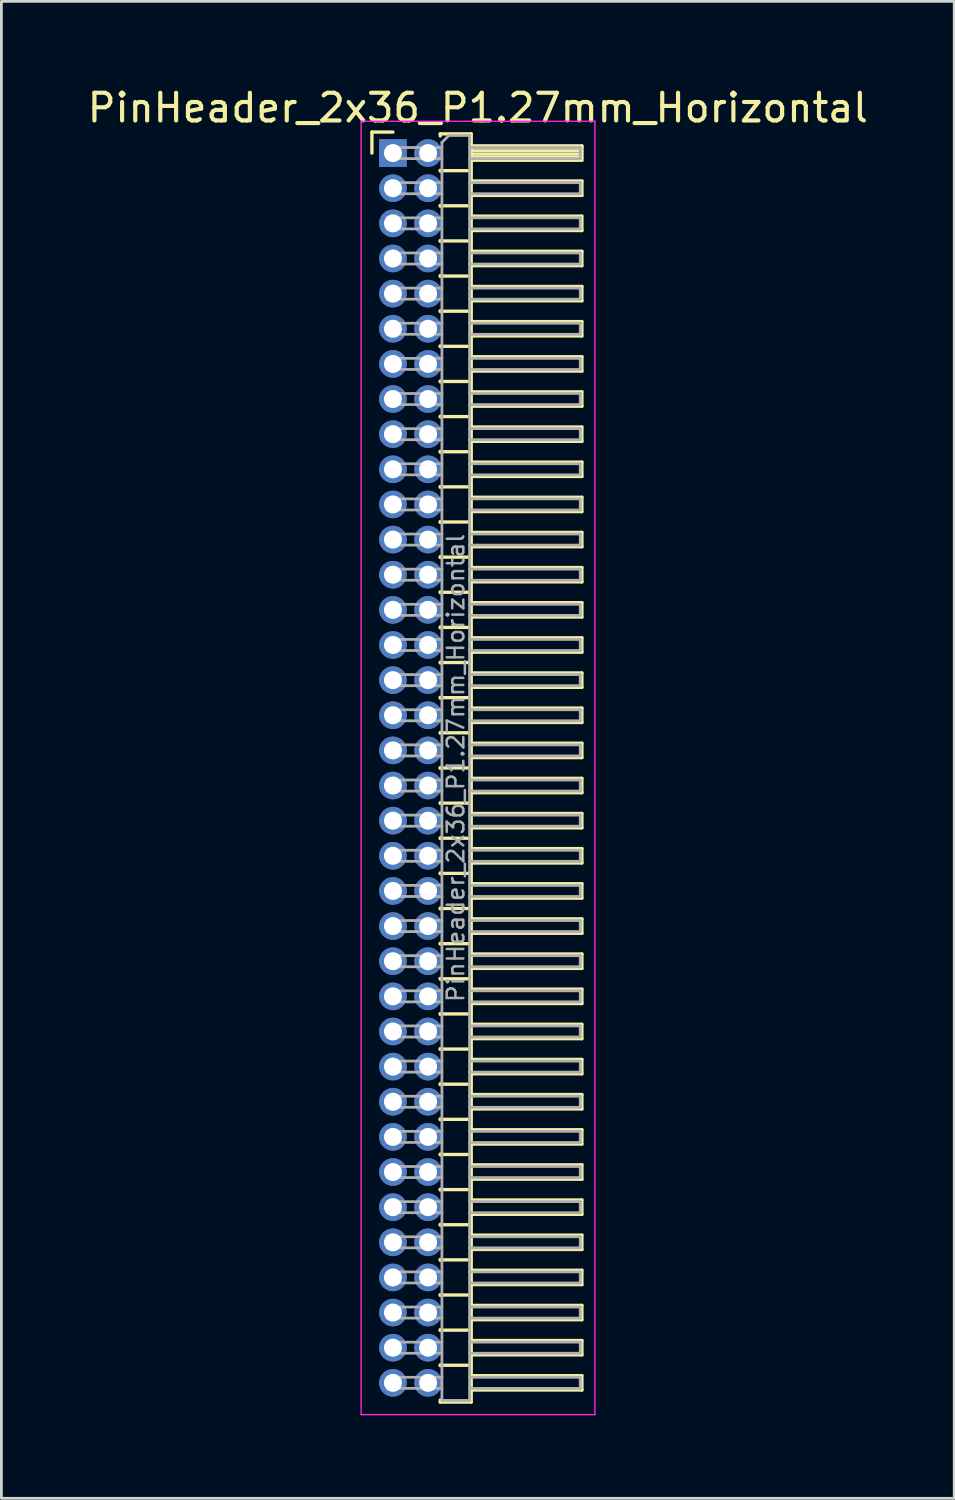
<source format=kicad_pcb>
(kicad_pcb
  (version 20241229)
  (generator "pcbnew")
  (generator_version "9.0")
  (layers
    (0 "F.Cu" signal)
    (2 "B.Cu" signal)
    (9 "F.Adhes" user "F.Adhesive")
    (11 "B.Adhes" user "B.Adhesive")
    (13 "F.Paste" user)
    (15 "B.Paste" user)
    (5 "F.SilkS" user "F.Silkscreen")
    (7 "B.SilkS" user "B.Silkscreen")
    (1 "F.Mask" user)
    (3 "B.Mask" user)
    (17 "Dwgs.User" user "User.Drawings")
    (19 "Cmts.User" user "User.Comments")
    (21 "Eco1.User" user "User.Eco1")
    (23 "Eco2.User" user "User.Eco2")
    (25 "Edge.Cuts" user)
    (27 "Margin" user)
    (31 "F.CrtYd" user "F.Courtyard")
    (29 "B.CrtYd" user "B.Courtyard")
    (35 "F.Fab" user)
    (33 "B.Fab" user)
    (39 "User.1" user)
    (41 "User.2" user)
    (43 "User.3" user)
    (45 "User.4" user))
  (footprint "PinHeader_2x36_P1.27mm_Horizontal"
    (layer "F.Cu")
    (at 11.153 2.483)
    (property "Reference" "PinHeader_2x36_P1.27mm_Horizontal" (at 3.067 -1.635 0) (layer "F.SilkS") (effects (font (size 1 1) (thickness 0.15))))
    (attr through_hole)
    (fp_line (start -0.76 -0.76) (end 0 -0.76) (stroke (width 0.12) (type solid)) (layer "F.SilkS"))
    (fp_line (start -0.76 0) (end -0.76 -0.76) (stroke (width 0.12) (type solid)) (layer "F.SilkS"))
    (fp_line (start 1.71 -0.695) (end 2.83 -0.695) (stroke (width 0.12) (type solid)) (layer "F.SilkS"))
    (fp_line (start 1.71 -0.62) (end 1.71 -0.695) (stroke (width 0.12) (type solid)) (layer "F.SilkS"))
    (fp_line (start 1.71 0.62) (end 1.71 0.65) (stroke (width 0.12) (type solid)) (layer "F.SilkS"))
    (fp_line (start 1.71 0.635) (end 2.83 0.635) (stroke (width 0.12) (type solid)) (layer "F.SilkS"))
    (fp_line (start 1.71 1.89) (end 1.71 1.92) (stroke (width 0.12) (type solid)) (layer "F.SilkS"))
    (fp_line (start 1.71 1.905) (end 2.83 1.905) (stroke (width 0.12) (type solid)) (layer "F.SilkS"))
    (fp_line (start 1.71 3.16) (end 1.71 3.19) (stroke (width 0.12) (type solid)) (layer "F.SilkS"))
    (fp_line (start 1.71 3.175) (end 2.83 3.175) (stroke (width 0.12) (type solid)) (layer "F.SilkS"))
    (fp_line (start 1.71 4.43) (end 1.71 4.46) (stroke (width 0.12) (type solid)) (layer "F.SilkS"))
    (fp_line (start 1.71 4.445) (end 2.83 4.445) (stroke (width 0.12) (type solid)) (layer "F.SilkS"))
    (fp_line (start 1.71 5.7) (end 1.71 5.73) (stroke (width 0.12) (type solid)) (layer "F.SilkS"))
    (fp_line (start 1.71 5.715) (end 2.83 5.715) (stroke (width 0.12) (type solid)) (layer "F.SilkS"))
    (fp_line (start 1.71 6.97) (end 1.71 7) (stroke (width 0.12) (type solid)) (layer "F.SilkS"))
    (fp_line (start 1.71 6.985) (end 2.83 6.985) (stroke (width 0.12) (type solid)) (layer "F.SilkS"))
    (fp_line (start 1.71 8.24) (end 1.71 8.27) (stroke (width 0.12) (type solid)) (layer "F.SilkS"))
    (fp_line (start 1.71 8.255) (end 2.83 8.255) (stroke (width 0.12) (type solid)) (layer "F.SilkS"))
    (fp_line (start 1.71 9.51) (end 1.71 9.54) (stroke (width 0.12) (type solid)) (layer "F.SilkS"))
    (fp_line (start 1.71 9.525) (end 2.83 9.525) (stroke (width 0.12) (type solid)) (layer "F.SilkS"))
    (fp_line (start 1.71 10.78) (end 1.71 10.81) (stroke (width 0.12) (type solid)) (layer "F.SilkS"))
    (fp_line (start 1.71 10.795) (end 2.83 10.795) (stroke (width 0.12) (type solid)) (layer "F.SilkS"))
    (fp_line (start 1.71 12.05) (end 1.71 12.08) (stroke (width 0.12) (type solid)) (layer "F.SilkS"))
    (fp_line (start 1.71 12.065) (end 2.83 12.065) (stroke (width 0.12) (type solid)) (layer "F.SilkS"))
    (fp_line (start 1.71 13.32) (end 1.71 13.35) (stroke (width 0.12) (type solid)) (layer "F.SilkS"))
    (fp_line (start 1.71 13.335) (end 2.83 13.335) (stroke (width 0.12) (type solid)) (layer "F.SilkS"))
    (fp_line (start 1.71 14.59) (end 1.71 14.62) (stroke (width 0.12) (type solid)) (layer "F.SilkS"))
    (fp_line (start 1.71 14.605) (end 2.83 14.605) (stroke (width 0.12) (type solid)) (layer "F.SilkS"))
    (fp_line (start 1.71 15.86) (end 1.71 15.89) (stroke (width 0.12) (type solid)) (layer "F.SilkS"))
    (fp_line (start 1.71 15.875) (end 2.83 15.875) (stroke (width 0.12) (type solid)) (layer "F.SilkS"))
    (fp_line (start 1.71 17.13) (end 1.71 17.16) (stroke (width 0.12) (type solid)) (layer "F.SilkS"))
    (fp_line (start 1.71 17.145) (end 2.83 17.145) (stroke (width 0.12) (type solid)) (layer "F.SilkS"))
    (fp_line (start 1.71 18.4) (end 1.71 18.43) (stroke (width 0.12) (type solid)) (layer "F.SilkS"))
    (fp_line (start 1.71 18.415) (end 2.83 18.415) (stroke (width 0.12) (type solid)) (layer "F.SilkS"))
    (fp_line (start 1.71 19.67) (end 1.71 19.7) (stroke (width 0.12) (type solid)) (layer "F.SilkS"))
    (fp_line (start 1.71 19.685) (end 2.83 19.685) (stroke (width 0.12) (type solid)) (layer "F.SilkS"))
    (fp_line (start 1.71 20.94) (end 1.71 20.97) (stroke (width 0.12) (type solid)) (layer "F.SilkS"))
    (fp_line (start 1.71 20.955) (end 2.83 20.955) (stroke (width 0.12) (type solid)) (layer "F.SilkS"))
    (fp_line (start 1.71 22.21) (end 1.71 22.24) (stroke (width 0.12) (type solid)) (layer "F.SilkS"))
    (fp_line (start 1.71 22.225) (end 2.83 22.225) (stroke (width 0.12) (type solid)) (layer "F.SilkS"))
    (fp_line (start 1.71 23.48) (end 1.71 23.51) (stroke (width 0.12) (type solid)) (layer "F.SilkS"))
    (fp_line (start 1.71 23.495) (end 2.83 23.495) (stroke (width 0.12) (type solid)) (layer "F.SilkS"))
    (fp_line (start 1.71 24.75) (end 1.71 24.78) (stroke (width 0.12) (type solid)) (layer "F.SilkS"))
    (fp_line (start 1.71 24.765) (end 2.83 24.765) (stroke (width 0.12) (type solid)) (layer "F.SilkS"))
    (fp_line (start 1.71 26.02) (end 1.71 26.05) (stroke (width 0.12) (type solid)) (layer "F.SilkS"))
    (fp_line (start 1.71 26.035) (end 2.83 26.035) (stroke (width 0.12) (type solid)) (layer "F.SilkS"))
    (fp_line (start 1.71 27.29) (end 1.71 27.32) (stroke (width 0.12) (type solid)) (layer "F.SilkS"))
    (fp_line (start 1.71 27.305) (end 2.83 27.305) (stroke (width 0.12) (type solid)) (layer "F.SilkS"))
    (fp_line (start 1.71 28.56) (end 1.71 28.59) (stroke (width 0.12) (type solid)) (layer "F.SilkS"))
    (fp_line (start 1.71 28.575) (end 2.83 28.575) (stroke (width 0.12) (type solid)) (layer "F.SilkS"))
    (fp_line (start 1.71 29.83) (end 1.71 29.86) (stroke (width 0.12) (type solid)) (layer "F.SilkS"))
    (fp_line (start 1.71 29.845) (end 2.83 29.845) (stroke (width 0.12) (type solid)) (layer "F.SilkS"))
    (fp_line (start 1.71 31.1) (end 1.71 31.13) (stroke (width 0.12) (type solid)) (layer "F.SilkS"))
    (fp_line (start 1.71 31.115) (end 2.83 31.115) (stroke (width 0.12) (type solid)) (layer "F.SilkS"))
    (fp_line (start 1.71 32.37) (end 1.71 32.4) (stroke (width 0.12) (type solid)) (layer "F.SilkS"))
    (fp_line (start 1.71 32.385) (end 2.83 32.385) (stroke (width 0.12) (type solid)) (layer "F.SilkS"))
    (fp_line (start 1.71 33.64) (end 1.71 33.67) (stroke (width 0.12) (type solid)) (layer "F.SilkS"))
    (fp_line (start 1.71 33.655) (end 2.83 33.655) (stroke (width 0.12) (type solid)) (layer "F.SilkS"))
    (fp_line (start 1.71 34.91) (end 1.71 34.94) (stroke (width 0.12) (type solid)) (layer "F.SilkS"))
    (fp_line (start 1.71 34.925) (end 2.83 34.925) (stroke (width 0.12) (type solid)) (layer "F.SilkS"))
    (fp_line (start 1.71 36.18) (end 1.71 36.21) (stroke (width 0.12) (type solid)) (layer "F.SilkS"))
    (fp_line (start 1.71 36.195) (end 2.83 36.195) (stroke (width 0.12) (type solid)) (layer "F.SilkS"))
    (fp_line (start 1.71 37.45) (end 1.71 37.48) (stroke (width 0.12) (type solid)) (layer "F.SilkS"))
    (fp_line (start 1.71 37.465) (end 2.83 37.465) (stroke (width 0.12) (type solid)) (layer "F.SilkS"))
    (fp_line (start 1.71 38.72) (end 1.71 38.75) (stroke (width 0.12) (type solid)) (layer "F.SilkS"))
    (fp_line (start 1.71 38.735) (end 2.83 38.735) (stroke (width 0.12) (type solid)) (layer "F.SilkS"))
    (fp_line (start 1.71 39.99) (end 1.71 40.02) (stroke (width 0.12) (type solid)) (layer "F.SilkS"))
    (fp_line (start 1.71 40.005) (end 2.83 40.005) (stroke (width 0.12) (type solid)) (layer "F.SilkS"))
    (fp_line (start 1.71 41.26) (end 1.71 41.29) (stroke (width 0.12) (type solid)) (layer "F.SilkS"))
    (fp_line (start 1.71 41.275) (end 2.83 41.275) (stroke (width 0.12) (type solid)) (layer "F.SilkS"))
    (fp_line (start 1.71 42.53) (end 1.71 42.56) (stroke (width 0.12) (type solid)) (layer "F.SilkS"))
    (fp_line (start 1.71 42.545) (end 2.83 42.545) (stroke (width 0.12) (type solid)) (layer "F.SilkS"))
    (fp_line (start 1.71 43.8) (end 1.71 43.83) (stroke (width 0.12) (type solid)) (layer "F.SilkS"))
    (fp_line (start 1.71 43.815) (end 2.83 43.815) (stroke (width 0.12) (type solid)) (layer "F.SilkS"))
    (fp_line (start 1.71 45.145) (end 1.71 45.07) (stroke (width 0.12) (type solid)) (layer "F.SilkS"))
    (fp_line (start 2.83 -0.695) (end 2.83 45.145) (stroke (width 0.12) (type solid)) (layer "F.SilkS"))
    (fp_line (start 2.83 -0.26) (end 6.83 -0.26) (stroke (width 0.12) (type solid)) (layer "F.SilkS"))
    (fp_line (start 2.83 -0.2) (end 6.83 -0.2) (stroke (width 0.12) (type solid)) (layer "F.SilkS"))
    (fp_line (start 2.83 -0.08) (end 6.83 -0.08) (stroke (width 0.12) (type solid)) (layer "F.SilkS"))
    (fp_line (start 2.83 0.04) (end 6.83 0.04) (stroke (width 0.12) (type solid)) (layer "F.SilkS"))
    (fp_line (start 2.83 0.16) (end 6.83 0.16) (stroke (width 0.12) (type solid)) (layer "F.SilkS"))
    (fp_line (start 2.83 1.01) (end 6.83 1.01) (stroke (width 0.12) (type solid)) (layer "F.SilkS"))
    (fp_line (start 2.83 2.28) (end 6.83 2.28) (stroke (width 0.12) (type solid)) (layer "F.SilkS"))
    (fp_line (start 2.83 3.55) (end 6.83 3.55) (stroke (width 0.12) (type solid)) (layer "F.SilkS"))
    (fp_line (start 2.83 4.82) (end 6.83 4.82) (stroke (width 0.12) (type solid)) (layer "F.SilkS"))
    (fp_line (start 2.83 6.09) (end 6.83 6.09) (stroke (width 0.12) (type solid)) (layer "F.SilkS"))
    (fp_line (start 2.83 7.36) (end 6.83 7.36) (stroke (width 0.12) (type solid)) (layer "F.SilkS"))
    (fp_line (start 2.83 8.63) (end 6.83 8.63) (stroke (width 0.12) (type solid)) (layer "F.SilkS"))
    (fp_line (start 2.83 9.9) (end 6.83 9.9) (stroke (width 0.12) (type solid)) (layer "F.SilkS"))
    (fp_line (start 2.83 11.17) (end 6.83 11.17) (stroke (width 0.12) (type solid)) (layer "F.SilkS"))
    (fp_line (start 2.83 12.44) (end 6.83 12.44) (stroke (width 0.12) (type solid)) (layer "F.SilkS"))
    (fp_line (start 2.83 13.71) (end 6.83 13.71) (stroke (width 0.12) (type solid)) (layer "F.SilkS"))
    (fp_line (start 2.83 14.98) (end 6.83 14.98) (stroke (width 0.12) (type solid)) (layer "F.SilkS"))
    (fp_line (start 2.83 16.25) (end 6.83 16.25) (stroke (width 0.12) (type solid)) (layer "F.SilkS"))
    (fp_line (start 2.83 17.52) (end 6.83 17.52) (stroke (width 0.12) (type solid)) (layer "F.SilkS"))
    (fp_line (start 2.83 18.79) (end 6.83 18.79) (stroke (width 0.12) (type solid)) (layer "F.SilkS"))
    (fp_line (start 2.83 20.06) (end 6.83 20.06) (stroke (width 0.12) (type solid)) (layer "F.SilkS"))
    (fp_line (start 2.83 21.33) (end 6.83 21.33) (stroke (width 0.12) (type solid)) (layer "F.SilkS"))
    (fp_line (start 2.83 22.6) (end 6.83 22.6) (stroke (width 0.12) (type solid)) (layer "F.SilkS"))
    (fp_line (start 2.83 23.87) (end 6.83 23.87) (stroke (width 0.12) (type solid)) (layer "F.SilkS"))
    (fp_line (start 2.83 25.14) (end 6.83 25.14) (stroke (width 0.12) (type solid)) (layer "F.SilkS"))
    (fp_line (start 2.83 26.41) (end 6.83 26.41) (stroke (width 0.12) (type solid)) (layer "F.SilkS"))
    (fp_line (start 2.83 27.68) (end 6.83 27.68) (stroke (width 0.12) (type solid)) (layer "F.SilkS"))
    (fp_line (start 2.83 28.95) (end 6.83 28.95) (stroke (width 0.12) (type solid)) (layer "F.SilkS"))
    (fp_line (start 2.83 30.22) (end 6.83 30.22) (stroke (width 0.12) (type solid)) (layer "F.SilkS"))
    (fp_line (start 2.83 31.49) (end 6.83 31.49) (stroke (width 0.12) (type solid)) (layer "F.SilkS"))
    (fp_line (start 2.83 32.76) (end 6.83 32.76) (stroke (width 0.12) (type solid)) (layer "F.SilkS"))
    (fp_line (start 2.83 34.03) (end 6.83 34.03) (stroke (width 0.12) (type solid)) (layer "F.SilkS"))
    (fp_line (start 2.83 35.3) (end 6.83 35.3) (stroke (width 0.12) (type solid)) (layer "F.SilkS"))
    (fp_line (start 2.83 36.57) (end 6.83 36.57) (stroke (width 0.12) (type solid)) (layer "F.SilkS"))
    (fp_line (start 2.83 37.84) (end 6.83 37.84) (stroke (width 0.12) (type solid)) (layer "F.SilkS"))
    (fp_line (start 2.83 39.11) (end 6.83 39.11) (stroke (width 0.12) (type solid)) (layer "F.SilkS"))
    (fp_line (start 2.83 40.38) (end 6.83 40.38) (stroke (width 0.12) (type solid)) (layer "F.SilkS"))
    (fp_line (start 2.83 41.65) (end 6.83 41.65) (stroke (width 0.12) (type solid)) (layer "F.SilkS"))
    (fp_line (start 2.83 42.92) (end 6.83 42.92) (stroke (width 0.12) (type solid)) (layer "F.SilkS"))
    (fp_line (start 2.83 44.19) (end 6.83 44.19) (stroke (width 0.12) (type solid)) (layer "F.SilkS"))
    (fp_line (start 2.83 45.145) (end 1.71 45.145) (stroke (width 0.12) (type solid)) (layer "F.SilkS"))
    (fp_line (start 6.83 -0.26) (end 6.83 0.26) (stroke (width 0.12) (type solid)) (layer "F.SilkS"))
    (fp_line (start 6.83 0.26) (end 2.83 0.26) (stroke (width 0.12) (type solid)) (layer "F.SilkS"))
    (fp_line (start 6.83 1.01) (end 6.83 1.53) (stroke (width 0.12) (type solid)) (layer "F.SilkS"))
    (fp_line (start 6.83 1.53) (end 2.83 1.53) (stroke (width 0.12) (type solid)) (layer "F.SilkS"))
    (fp_line (start 6.83 2.28) (end 6.83 2.8) (stroke (width 0.12) (type solid)) (layer "F.SilkS"))
    (fp_line (start 6.83 2.8) (end 2.83 2.8) (stroke (width 0.12) (type solid)) (layer "F.SilkS"))
    (fp_line (start 6.83 3.55) (end 6.83 4.07) (stroke (width 0.12) (type solid)) (layer "F.SilkS"))
    (fp_line (start 6.83 4.07) (end 2.83 4.07) (stroke (width 0.12) (type solid)) (layer "F.SilkS"))
    (fp_line (start 6.83 4.82) (end 6.83 5.34) (stroke (width 0.12) (type solid)) (layer "F.SilkS"))
    (fp_line (start 6.83 5.34) (end 2.83 5.34) (stroke (width 0.12) (type solid)) (layer "F.SilkS"))
    (fp_line (start 6.83 6.09) (end 6.83 6.61) (stroke (width 0.12) (type solid)) (layer "F.SilkS"))
    (fp_line (start 6.83 6.61) (end 2.83 6.61) (stroke (width 0.12) (type solid)) (layer "F.SilkS"))
    (fp_line (start 6.83 7.36) (end 6.83 7.88) (stroke (width 0.12) (type solid)) (layer "F.SilkS"))
    (fp_line (start 6.83 7.88) (end 2.83 7.88) (stroke (width 0.12) (type solid)) (layer "F.SilkS"))
    (fp_line (start 6.83 8.63) (end 6.83 9.15) (stroke (width 0.12) (type solid)) (layer "F.SilkS"))
    (fp_line (start 6.83 9.15) (end 2.83 9.15) (stroke (width 0.12) (type solid)) (layer "F.SilkS"))
    (fp_line (start 6.83 9.9) (end 6.83 10.42) (stroke (width 0.12) (type solid)) (layer "F.SilkS"))
    (fp_line (start 6.83 10.42) (end 2.83 10.42) (stroke (width 0.12) (type solid)) (layer "F.SilkS"))
    (fp_line (start 6.83 11.17) (end 6.83 11.69) (stroke (width 0.12) (type solid)) (layer "F.SilkS"))
    (fp_line (start 6.83 11.69) (end 2.83 11.69) (stroke (width 0.12) (type solid)) (layer "F.SilkS"))
    (fp_line (start 6.83 12.44) (end 6.83 12.96) (stroke (width 0.12) (type solid)) (layer "F.SilkS"))
    (fp_line (start 6.83 12.96) (end 2.83 12.96) (stroke (width 0.12) (type solid)) (layer "F.SilkS"))
    (fp_line (start 6.83 13.71) (end 6.83 14.23) (stroke (width 0.12) (type solid)) (layer "F.SilkS"))
    (fp_line (start 6.83 14.23) (end 2.83 14.23) (stroke (width 0.12) (type solid)) (layer "F.SilkS"))
    (fp_line (start 6.83 14.98) (end 6.83 15.5) (stroke (width 0.12) (type solid)) (layer "F.SilkS"))
    (fp_line (start 6.83 15.5) (end 2.83 15.5) (stroke (width 0.12) (type solid)) (layer "F.SilkS"))
    (fp_line (start 6.83 16.25) (end 6.83 16.77) (stroke (width 0.12) (type solid)) (layer "F.SilkS"))
    (fp_line (start 6.83 16.77) (end 2.83 16.77) (stroke (width 0.12) (type solid)) (layer "F.SilkS"))
    (fp_line (start 6.83 17.52) (end 6.83 18.04) (stroke (width 0.12) (type solid)) (layer "F.SilkS"))
    (fp_line (start 6.83 18.04) (end 2.83 18.04) (stroke (width 0.12) (type solid)) (layer "F.SilkS"))
    (fp_line (start 6.83 18.79) (end 6.83 19.31) (stroke (width 0.12) (type solid)) (layer "F.SilkS"))
    (fp_line (start 6.83 19.31) (end 2.83 19.31) (stroke (width 0.12) (type solid)) (layer "F.SilkS"))
    (fp_line (start 6.83 20.06) (end 6.83 20.58) (stroke (width 0.12) (type solid)) (layer "F.SilkS"))
    (fp_line (start 6.83 20.58) (end 2.83 20.58) (stroke (width 0.12) (type solid)) (layer "F.SilkS"))
    (fp_line (start 6.83 21.33) (end 6.83 21.85) (stroke (width 0.12) (type solid)) (layer "F.SilkS"))
    (fp_line (start 6.83 21.85) (end 2.83 21.85) (stroke (width 0.12) (type solid)) (layer "F.SilkS"))
    (fp_line (start 6.83 22.6) (end 6.83 23.12) (stroke (width 0.12) (type solid)) (layer "F.SilkS"))
    (fp_line (start 6.83 23.12) (end 2.83 23.12) (stroke (width 0.12) (type solid)) (layer "F.SilkS"))
    (fp_line (start 6.83 23.87) (end 6.83 24.39) (stroke (width 0.12) (type solid)) (layer "F.SilkS"))
    (fp_line (start 6.83 24.39) (end 2.83 24.39) (stroke (width 0.12) (type solid)) (layer "F.SilkS"))
    (fp_line (start 6.83 25.14) (end 6.83 25.66) (stroke (width 0.12) (type solid)) (layer "F.SilkS"))
    (fp_line (start 6.83 25.66) (end 2.83 25.66) (stroke (width 0.12) (type solid)) (layer "F.SilkS"))
    (fp_line (start 6.83 26.41) (end 6.83 26.93) (stroke (width 0.12) (type solid)) (layer "F.SilkS"))
    (fp_line (start 6.83 26.93) (end 2.83 26.93) (stroke (width 0.12) (type solid)) (layer "F.SilkS"))
    (fp_line (start 6.83 27.68) (end 6.83 28.2) (stroke (width 0.12) (type solid)) (layer "F.SilkS"))
    (fp_line (start 6.83 28.2) (end 2.83 28.2) (stroke (width 0.12) (type solid)) (layer "F.SilkS"))
    (fp_line (start 6.83 28.95) (end 6.83 29.47) (stroke (width 0.12) (type solid)) (layer "F.SilkS"))
    (fp_line (start 6.83 29.47) (end 2.83 29.47) (stroke (width 0.12) (type solid)) (layer "F.SilkS"))
    (fp_line (start 6.83 30.22) (end 6.83 30.74) (stroke (width 0.12) (type solid)) (layer "F.SilkS"))
    (fp_line (start 6.83 30.74) (end 2.83 30.74) (stroke (width 0.12) (type solid)) (layer "F.SilkS"))
    (fp_line (start 6.83 31.49) (end 6.83 32.01) (stroke (width 0.12) (type solid)) (layer "F.SilkS"))
    (fp_line (start 6.83 32.01) (end 2.83 32.01) (stroke (width 0.12) (type solid)) (layer "F.SilkS"))
    (fp_line (start 6.83 32.76) (end 6.83 33.28) (stroke (width 0.12) (type solid)) (layer "F.SilkS"))
    (fp_line (start 6.83 33.28) (end 2.83 33.28) (stroke (width 0.12) (type solid)) (layer "F.SilkS"))
    (fp_line (start 6.83 34.03) (end 6.83 34.55) (stroke (width 0.12) (type solid)) (layer "F.SilkS"))
    (fp_line (start 6.83 34.55) (end 2.83 34.55) (stroke (width 0.12) (type solid)) (layer "F.SilkS"))
    (fp_line (start 6.83 35.3) (end 6.83 35.82) (stroke (width 0.12) (type solid)) (layer "F.SilkS"))
    (fp_line (start 6.83 35.82) (end 2.83 35.82) (stroke (width 0.12) (type solid)) (layer "F.SilkS"))
    (fp_line (start 6.83 36.57) (end 6.83 37.09) (stroke (width 0.12) (type solid)) (layer "F.SilkS"))
    (fp_line (start 6.83 37.09) (end 2.83 37.09) (stroke (width 0.12) (type solid)) (layer "F.SilkS"))
    (fp_line (start 6.83 37.84) (end 6.83 38.36) (stroke (width 0.12) (type solid)) (layer "F.SilkS"))
    (fp_line (start 6.83 38.36) (end 2.83 38.36) (stroke (width 0.12) (type solid)) (layer "F.SilkS"))
    (fp_line (start 6.83 39.11) (end 6.83 39.63) (stroke (width 0.12) (type solid)) (layer "F.SilkS"))
    (fp_line (start 6.83 39.63) (end 2.83 39.63) (stroke (width 0.12) (type solid)) (layer "F.SilkS"))
    (fp_line (start 6.83 40.38) (end 6.83 40.9) (stroke (width 0.12) (type solid)) (layer "F.SilkS"))
    (fp_line (start 6.83 40.9) (end 2.83 40.9) (stroke (width 0.12) (type solid)) (layer "F.SilkS"))
    (fp_line (start 6.83 41.65) (end 6.83 42.17) (stroke (width 0.12) (type solid)) (layer "F.SilkS"))
    (fp_line (start 6.83 42.17) (end 2.83 42.17) (stroke (width 0.12) (type solid)) (layer "F.SilkS"))
    (fp_line (start 6.83 42.92) (end 6.83 43.44) (stroke (width 0.12) (type solid)) (layer "F.SilkS"))
    (fp_line (start 6.83 43.44) (end 2.83 43.44) (stroke (width 0.12) (type solid)) (layer "F.SilkS"))
    (fp_line (start 6.83 44.19) (end 6.83 44.71) (stroke (width 0.12) (type solid)) (layer "F.SilkS"))
    (fp_line (start 6.83 44.71) (end 2.83 44.71) (stroke (width 0.12) (type solid)) (layer "F.SilkS"))
    (fp_line (start -1.15 -1.15) (end -1.15 45.6) (stroke (width 0.05) (type solid)) (layer "F.CrtYd"))
    (fp_line (start -1.15 45.6) (end 7.3 45.6) (stroke (width 0.05) (type solid)) (layer "F.CrtYd"))
    (fp_line (start 7.3 -1.15) (end -1.15 -1.15) (stroke (width 0.05) (type solid)) (layer "F.CrtYd"))
    (fp_line (start 7.3 45.6) (end 7.3 -1.15) (stroke (width 0.05) (type solid)) (layer "F.CrtYd"))
    (fp_line (start -0.2 -0.2) (end -0.2 0.2) (stroke (width 0.1) (type solid)) (layer "F.Fab"))
    (fp_line (start -0.2 -0.2) (end 1.77 -0.2) (stroke (width 0.1) (type solid)) (layer "F.Fab"))
    (fp_line (start -0.2 0.2) (end 1.77 0.2) (stroke (width 0.1) (type solid)) (layer "F.Fab"))
    (fp_line (start -0.2 1.07) (end -0.2 1.47) (stroke (width 0.1) (type solid)) (layer "F.Fab"))
    (fp_line (start -0.2 1.07) (end 1.77 1.07) (stroke (width 0.1) (type solid)) (layer "F.Fab"))
    (fp_line (start -0.2 1.47) (end 1.77 1.47) (stroke (width 0.1) (type solid)) (layer "F.Fab"))
    (fp_line (start -0.2 2.34) (end -0.2 2.74) (stroke (width 0.1) (type solid)) (layer "F.Fab"))
    (fp_line (start -0.2 2.34) (end 1.77 2.34) (stroke (width 0.1) (type solid)) (layer "F.Fab"))
    (fp_line (start -0.2 2.74) (end 1.77 2.74) (stroke (width 0.1) (type solid)) (layer "F.Fab"))
    (fp_line (start -0.2 3.61) (end -0.2 4.01) (stroke (width 0.1) (type solid)) (layer "F.Fab"))
    (fp_line (start -0.2 3.61) (end 1.77 3.61) (stroke (width 0.1) (type solid)) (layer "F.Fab"))
    (fp_line (start -0.2 4.01) (end 1.77 4.01) (stroke (width 0.1) (type solid)) (layer "F.Fab"))
    (fp_line (start -0.2 4.88) (end -0.2 5.28) (stroke (width 0.1) (type solid)) (layer "F.Fab"))
    (fp_line (start -0.2 4.88) (end 1.77 4.88) (stroke (width 0.1) (type solid)) (layer "F.Fab"))
    (fp_line (start -0.2 5.28) (end 1.77 5.28) (stroke (width 0.1) (type solid)) (layer "F.Fab"))
    (fp_line (start -0.2 6.15) (end -0.2 6.55) (stroke (width 0.1) (type solid)) (layer "F.Fab"))
    (fp_line (start -0.2 6.15) (end 1.77 6.15) (stroke (width 0.1) (type solid)) (layer "F.Fab"))
    (fp_line (start -0.2 6.55) (end 1.77 6.55) (stroke (width 0.1) (type solid)) (layer "F.Fab"))
    (fp_line (start -0.2 7.42) (end -0.2 7.82) (stroke (width 0.1) (type solid)) (layer "F.Fab"))
    (fp_line (start -0.2 7.42) (end 1.77 7.42) (stroke (width 0.1) (type solid)) (layer "F.Fab"))
    (fp_line (start -0.2 7.82) (end 1.77 7.82) (stroke (width 0.1) (type solid)) (layer "F.Fab"))
    (fp_line (start -0.2 8.69) (end -0.2 9.09) (stroke (width 0.1) (type solid)) (layer "F.Fab"))
    (fp_line (start -0.2 8.69) (end 1.77 8.69) (stroke (width 0.1) (type solid)) (layer "F.Fab"))
    (fp_line (start -0.2 9.09) (end 1.77 9.09) (stroke (width 0.1) (type solid)) (layer "F.Fab"))
    (fp_line (start -0.2 9.96) (end -0.2 10.36) (stroke (width 0.1) (type solid)) (layer "F.Fab"))
    (fp_line (start -0.2 9.96) (end 1.77 9.96) (stroke (width 0.1) (type solid)) (layer "F.Fab"))
    (fp_line (start -0.2 10.36) (end 1.77 10.36) (stroke (width 0.1) (type solid)) (layer "F.Fab"))
    (fp_line (start -0.2 11.23) (end -0.2 11.63) (stroke (width 0.1) (type solid)) (layer "F.Fab"))
    (fp_line (start -0.2 11.23) (end 1.77 11.23) (stroke (width 0.1) (type solid)) (layer "F.Fab"))
    (fp_line (start -0.2 11.63) (end 1.77 11.63) (stroke (width 0.1) (type solid)) (layer "F.Fab"))
    (fp_line (start -0.2 12.5) (end -0.2 12.9) (stroke (width 0.1) (type solid)) (layer "F.Fab"))
    (fp_line (start -0.2 12.5) (end 1.77 12.5) (stroke (width 0.1) (type solid)) (layer "F.Fab"))
    (fp_line (start -0.2 12.9) (end 1.77 12.9) (stroke (width 0.1) (type solid)) (layer "F.Fab"))
    (fp_line (start -0.2 13.77) (end -0.2 14.17) (stroke (width 0.1) (type solid)) (layer "F.Fab"))
    (fp_line (start -0.2 13.77) (end 1.77 13.77) (stroke (width 0.1) (type solid)) (layer "F.Fab"))
    (fp_line (start -0.2 14.17) (end 1.77 14.17) (stroke (width 0.1) (type solid)) (layer "F.Fab"))
    (fp_line (start -0.2 15.04) (end -0.2 15.44) (stroke (width 0.1) (type solid)) (layer "F.Fab"))
    (fp_line (start -0.2 15.04) (end 1.77 15.04) (stroke (width 0.1) (type solid)) (layer "F.Fab"))
    (fp_line (start -0.2 15.44) (end 1.77 15.44) (stroke (width 0.1) (type solid)) (layer "F.Fab"))
    (fp_line (start -0.2 16.31) (end -0.2 16.71) (stroke (width 0.1) (type solid)) (layer "F.Fab"))
    (fp_line (start -0.2 16.31) (end 1.77 16.31) (stroke (width 0.1) (type solid)) (layer "F.Fab"))
    (fp_line (start -0.2 16.71) (end 1.77 16.71) (stroke (width 0.1) (type solid)) (layer "F.Fab"))
    (fp_line (start -0.2 17.58) (end -0.2 17.98) (stroke (width 0.1) (type solid)) (layer "F.Fab"))
    (fp_line (start -0.2 17.58) (end 1.77 17.58) (stroke (width 0.1) (type solid)) (layer "F.Fab"))
    (fp_line (start -0.2 17.98) (end 1.77 17.98) (stroke (width 0.1) (type solid)) (layer "F.Fab"))
    (fp_line (start -0.2 18.85) (end -0.2 19.25) (stroke (width 0.1) (type solid)) (layer "F.Fab"))
    (fp_line (start -0.2 18.85) (end 1.77 18.85) (stroke (width 0.1) (type solid)) (layer "F.Fab"))
    (fp_line (start -0.2 19.25) (end 1.77 19.25) (stroke (width 0.1) (type solid)) (layer "F.Fab"))
    (fp_line (start -0.2 20.12) (end -0.2 20.52) (stroke (width 0.1) (type solid)) (layer "F.Fab"))
    (fp_line (start -0.2 20.12) (end 1.77 20.12) (stroke (width 0.1) (type solid)) (layer "F.Fab"))
    (fp_line (start -0.2 20.52) (end 1.77 20.52) (stroke (width 0.1) (type solid)) (layer "F.Fab"))
    (fp_line (start -0.2 21.39) (end -0.2 21.79) (stroke (width 0.1) (type solid)) (layer "F.Fab"))
    (fp_line (start -0.2 21.39) (end 1.77 21.39) (stroke (width 0.1) (type solid)) (layer "F.Fab"))
    (fp_line (start -0.2 21.79) (end 1.77 21.79) (stroke (width 0.1) (type solid)) (layer "F.Fab"))
    (fp_line (start -0.2 22.66) (end -0.2 23.06) (stroke (width 0.1) (type solid)) (layer "F.Fab"))
    (fp_line (start -0.2 22.66) (end 1.77 22.66) (stroke (width 0.1) (type solid)) (layer "F.Fab"))
    (fp_line (start -0.2 23.06) (end 1.77 23.06) (stroke (width 0.1) (type solid)) (layer "F.Fab"))
    (fp_line (start -0.2 23.93) (end -0.2 24.33) (stroke (width 0.1) (type solid)) (layer "F.Fab"))
    (fp_line (start -0.2 23.93) (end 1.77 23.93) (stroke (width 0.1) (type solid)) (layer "F.Fab"))
    (fp_line (start -0.2 24.33) (end 1.77 24.33) (stroke (width 0.1) (type solid)) (layer "F.Fab"))
    (fp_line (start -0.2 25.2) (end -0.2 25.6) (stroke (width 0.1) (type solid)) (layer "F.Fab"))
    (fp_line (start -0.2 25.2) (end 1.77 25.2) (stroke (width 0.1) (type solid)) (layer "F.Fab"))
    (fp_line (start -0.2 25.6) (end 1.77 25.6) (stroke (width 0.1) (type solid)) (layer "F.Fab"))
    (fp_line (start -0.2 26.47) (end -0.2 26.87) (stroke (width 0.1) (type solid)) (layer "F.Fab"))
    (fp_line (start -0.2 26.47) (end 1.77 26.47) (stroke (width 0.1) (type solid)) (layer "F.Fab"))
    (fp_line (start -0.2 26.87) (end 1.77 26.87) (stroke (width 0.1) (type solid)) (layer "F.Fab"))
    (fp_line (start -0.2 27.74) (end -0.2 28.14) (stroke (width 0.1) (type solid)) (layer "F.Fab"))
    (fp_line (start -0.2 27.74) (end 1.77 27.74) (stroke (width 0.1) (type solid)) (layer "F.Fab"))
    (fp_line (start -0.2 28.14) (end 1.77 28.14) (stroke (width 0.1) (type solid)) (layer "F.Fab"))
    (fp_line (start -0.2 29.01) (end -0.2 29.41) (stroke (width 0.1) (type solid)) (layer "F.Fab"))
    (fp_line (start -0.2 29.01) (end 1.77 29.01) (stroke (width 0.1) (type solid)) (layer "F.Fab"))
    (fp_line (start -0.2 29.41) (end 1.77 29.41) (stroke (width 0.1) (type solid)) (layer "F.Fab"))
    (fp_line (start -0.2 30.28) (end -0.2 30.68) (stroke (width 0.1) (type solid)) (layer "F.Fab"))
    (fp_line (start -0.2 30.28) (end 1.77 30.28) (stroke (width 0.1) (type solid)) (layer "F.Fab"))
    (fp_line (start -0.2 30.68) (end 1.77 30.68) (stroke (width 0.1) (type solid)) (layer "F.Fab"))
    (fp_line (start -0.2 31.55) (end -0.2 31.95) (stroke (width 0.1) (type solid)) (layer "F.Fab"))
    (fp_line (start -0.2 31.55) (end 1.77 31.55) (stroke (width 0.1) (type solid)) (layer "F.Fab"))
    (fp_line (start -0.2 31.95) (end 1.77 31.95) (stroke (width 0.1) (type solid)) (layer "F.Fab"))
    (fp_line (start -0.2 32.82) (end -0.2 33.22) (stroke (width 0.1) (type solid)) (layer "F.Fab"))
    (fp_line (start -0.2 32.82) (end 1.77 32.82) (stroke (width 0.1) (type solid)) (layer "F.Fab"))
    (fp_line (start -0.2 33.22) (end 1.77 33.22) (stroke (width 0.1) (type solid)) (layer "F.Fab"))
    (fp_line (start -0.2 34.09) (end -0.2 34.49) (stroke (width 0.1) (type solid)) (layer "F.Fab"))
    (fp_line (start -0.2 34.09) (end 1.77 34.09) (stroke (width 0.1) (type solid)) (layer "F.Fab"))
    (fp_line (start -0.2 34.49) (end 1.77 34.49) (stroke (width 0.1) (type solid)) (layer "F.Fab"))
    (fp_line (start -0.2 35.36) (end -0.2 35.76) (stroke (width 0.1) (type solid)) (layer "F.Fab"))
    (fp_line (start -0.2 35.36) (end 1.77 35.36) (stroke (width 0.1) (type solid)) (layer "F.Fab"))
    (fp_line (start -0.2 35.76) (end 1.77 35.76) (stroke (width 0.1) (type solid)) (layer "F.Fab"))
    (fp_line (start -0.2 36.63) (end -0.2 37.03) (stroke (width 0.1) (type solid)) (layer "F.Fab"))
    (fp_line (start -0.2 36.63) (end 1.77 36.63) (stroke (width 0.1) (type solid)) (layer "F.Fab"))
    (fp_line (start -0.2 37.03) (end 1.77 37.03) (stroke (width 0.1) (type solid)) (layer "F.Fab"))
    (fp_line (start -0.2 37.9) (end -0.2 38.3) (stroke (width 0.1) (type solid)) (layer "F.Fab"))
    (fp_line (start -0.2 37.9) (end 1.77 37.9) (stroke (width 0.1) (type solid)) (layer "F.Fab"))
    (fp_line (start -0.2 38.3) (end 1.77 38.3) (stroke (width 0.1) (type solid)) (layer "F.Fab"))
    (fp_line (start -0.2 39.17) (end -0.2 39.57) (stroke (width 0.1) (type solid)) (layer "F.Fab"))
    (fp_line (start -0.2 39.17) (end 1.77 39.17) (stroke (width 0.1) (type solid)) (layer "F.Fab"))
    (fp_line (start -0.2 39.57) (end 1.77 39.57) (stroke (width 0.1) (type solid)) (layer "F.Fab"))
    (fp_line (start -0.2 40.44) (end -0.2 40.84) (stroke (width 0.1) (type solid)) (layer "F.Fab"))
    (fp_line (start -0.2 40.44) (end 1.77 40.44) (stroke (width 0.1) (type solid)) (layer "F.Fab"))
    (fp_line (start -0.2 40.84) (end 1.77 40.84) (stroke (width 0.1) (type solid)) (layer "F.Fab"))
    (fp_line (start -0.2 41.71) (end -0.2 42.11) (stroke (width 0.1) (type solid)) (layer "F.Fab"))
    (fp_line (start -0.2 41.71) (end 1.77 41.71) (stroke (width 0.1) (type solid)) (layer "F.Fab"))
    (fp_line (start -0.2 42.11) (end 1.77 42.11) (stroke (width 0.1) (type solid)) (layer "F.Fab"))
    (fp_line (start -0.2 42.98) (end -0.2 43.38) (stroke (width 0.1) (type solid)) (layer "F.Fab"))
    (fp_line (start -0.2 42.98) (end 1.77 42.98) (stroke (width 0.1) (type solid)) (layer "F.Fab"))
    (fp_line (start -0.2 43.38) (end 1.77 43.38) (stroke (width 0.1) (type solid)) (layer "F.Fab"))
    (fp_line (start -0.2 44.25) (end -0.2 44.65) (stroke (width 0.1) (type solid)) (layer "F.Fab"))
    (fp_line (start -0.2 44.25) (end 1.77 44.25) (stroke (width 0.1) (type solid)) (layer "F.Fab"))
    (fp_line (start -0.2 44.65) (end 1.77 44.65) (stroke (width 0.1) (type solid)) (layer "F.Fab"))
    (fp_line (start 1.77 -0.385) (end 2.02 -0.635) (stroke (width 0.1) (type solid)) (layer "F.Fab"))
    (fp_line (start 1.77 45.085) (end 1.77 -0.385) (stroke (width 0.1) (type solid)) (layer "F.Fab"))
    (fp_line (start 2.02 -0.635) (end 2.77 -0.635) (stroke (width 0.1) (type solid)) (layer "F.Fab"))
    (fp_line (start 2.77 -0.635) (end 2.77 45.085) (stroke (width 0.1) (type solid)) (layer "F.Fab"))
    (fp_line (start 2.77 -0.2) (end 6.77 -0.2) (stroke (width 0.1) (type solid)) (layer "F.Fab"))
    (fp_line (start 2.77 0.2) (end 6.77 0.2) (stroke (width 0.1) (type solid)) (layer "F.Fab"))
    (fp_line (start 2.77 1.07) (end 6.77 1.07) (stroke (width 0.1) (type solid)) (layer "F.Fab"))
    (fp_line (start 2.77 1.47) (end 6.77 1.47) (stroke (width 0.1) (type solid)) (layer "F.Fab"))
    (fp_line (start 2.77 2.34) (end 6.77 2.34) (stroke (width 0.1) (type solid)) (layer "F.Fab"))
    (fp_line (start 2.77 2.74) (end 6.77 2.74) (stroke (width 0.1) (type solid)) (layer "F.Fab"))
    (fp_line (start 2.77 3.61) (end 6.77 3.61) (stroke (width 0.1) (type solid)) (layer "F.Fab"))
    (fp_line (start 2.77 4.01) (end 6.77 4.01) (stroke (width 0.1) (type solid)) (layer "F.Fab"))
    (fp_line (start 2.77 4.88) (end 6.77 4.88) (stroke (width 0.1) (type solid)) (layer "F.Fab"))
    (fp_line (start 2.77 5.28) (end 6.77 5.28) (stroke (width 0.1) (type solid)) (layer "F.Fab"))
    (fp_line (start 2.77 6.15) (end 6.77 6.15) (stroke (width 0.1) (type solid)) (layer "F.Fab"))
    (fp_line (start 2.77 6.55) (end 6.77 6.55) (stroke (width 0.1) (type solid)) (layer "F.Fab"))
    (fp_line (start 2.77 7.42) (end 6.77 7.42) (stroke (width 0.1) (type solid)) (layer "F.Fab"))
    (fp_line (start 2.77 7.82) (end 6.77 7.82) (stroke (width 0.1) (type solid)) (layer "F.Fab"))
    (fp_line (start 2.77 8.69) (end 6.77 8.69) (stroke (width 0.1) (type solid)) (layer "F.Fab"))
    (fp_line (start 2.77 9.09) (end 6.77 9.09) (stroke (width 0.1) (type solid)) (layer "F.Fab"))
    (fp_line (start 2.77 9.96) (end 6.77 9.96) (stroke (width 0.1) (type solid)) (layer "F.Fab"))
    (fp_line (start 2.77 10.36) (end 6.77 10.36) (stroke (width 0.1) (type solid)) (layer "F.Fab"))
    (fp_line (start 2.77 11.23) (end 6.77 11.23) (stroke (width 0.1) (type solid)) (layer "F.Fab"))
    (fp_line (start 2.77 11.63) (end 6.77 11.63) (stroke (width 0.1) (type solid)) (layer "F.Fab"))
    (fp_line (start 2.77 12.5) (end 6.77 12.5) (stroke (width 0.1) (type solid)) (layer "F.Fab"))
    (fp_line (start 2.77 12.9) (end 6.77 12.9) (stroke (width 0.1) (type solid)) (layer "F.Fab"))
    (fp_line (start 2.77 13.77) (end 6.77 13.77) (stroke (width 0.1) (type solid)) (layer "F.Fab"))
    (fp_line (start 2.77 14.17) (end 6.77 14.17) (stroke (width 0.1) (type solid)) (layer "F.Fab"))
    (fp_line (start 2.77 15.04) (end 6.77 15.04) (stroke (width 0.1) (type solid)) (layer "F.Fab"))
    (fp_line (start 2.77 15.44) (end 6.77 15.44) (stroke (width 0.1) (type solid)) (layer "F.Fab"))
    (fp_line (start 2.77 16.31) (end 6.77 16.31) (stroke (width 0.1) (type solid)) (layer "F.Fab"))
    (fp_line (start 2.77 16.71) (end 6.77 16.71) (stroke (width 0.1) (type solid)) (layer "F.Fab"))
    (fp_line (start 2.77 17.58) (end 6.77 17.58) (stroke (width 0.1) (type solid)) (layer "F.Fab"))
    (fp_line (start 2.77 17.98) (end 6.77 17.98) (stroke (width 0.1) (type solid)) (layer "F.Fab"))
    (fp_line (start 2.77 18.85) (end 6.77 18.85) (stroke (width 0.1) (type solid)) (layer "F.Fab"))
    (fp_line (start 2.77 19.25) (end 6.77 19.25) (stroke (width 0.1) (type solid)) (layer "F.Fab"))
    (fp_line (start 2.77 20.12) (end 6.77 20.12) (stroke (width 0.1) (type solid)) (layer "F.Fab"))
    (fp_line (start 2.77 20.52) (end 6.77 20.52) (stroke (width 0.1) (type solid)) (layer "F.Fab"))
    (fp_line (start 2.77 21.39) (end 6.77 21.39) (stroke (width 0.1) (type solid)) (layer "F.Fab"))
    (fp_line (start 2.77 21.79) (end 6.77 21.79) (stroke (width 0.1) (type solid)) (layer "F.Fab"))
    (fp_line (start 2.77 22.66) (end 6.77 22.66) (stroke (width 0.1) (type solid)) (layer "F.Fab"))
    (fp_line (start 2.77 23.06) (end 6.77 23.06) (stroke (width 0.1) (type solid)) (layer "F.Fab"))
    (fp_line (start 2.77 23.93) (end 6.77 23.93) (stroke (width 0.1) (type solid)) (layer "F.Fab"))
    (fp_line (start 2.77 24.33) (end 6.77 24.33) (stroke (width 0.1) (type solid)) (layer "F.Fab"))
    (fp_line (start 2.77 25.2) (end 6.77 25.2) (stroke (width 0.1) (type solid)) (layer "F.Fab"))
    (fp_line (start 2.77 25.6) (end 6.77 25.6) (stroke (width 0.1) (type solid)) (layer "F.Fab"))
    (fp_line (start 2.77 26.47) (end 6.77 26.47) (stroke (width 0.1) (type solid)) (layer "F.Fab"))
    (fp_line (start 2.77 26.87) (end 6.77 26.87) (stroke (width 0.1) (type solid)) (layer "F.Fab"))
    (fp_line (start 2.77 27.74) (end 6.77 27.74) (stroke (width 0.1) (type solid)) (layer "F.Fab"))
    (fp_line (start 2.77 28.14) (end 6.77 28.14) (stroke (width 0.1) (type solid)) (layer "F.Fab"))
    (fp_line (start 2.77 29.01) (end 6.77 29.01) (stroke (width 0.1) (type solid)) (layer "F.Fab"))
    (fp_line (start 2.77 29.41) (end 6.77 29.41) (stroke (width 0.1) (type solid)) (layer "F.Fab"))
    (fp_line (start 2.77 30.28) (end 6.77 30.28) (stroke (width 0.1) (type solid)) (layer "F.Fab"))
    (fp_line (start 2.77 30.68) (end 6.77 30.68) (stroke (width 0.1) (type solid)) (layer "F.Fab"))
    (fp_line (start 2.77 31.55) (end 6.77 31.55) (stroke (width 0.1) (type solid)) (layer "F.Fab"))
    (fp_line (start 2.77 31.95) (end 6.77 31.95) (stroke (width 0.1) (type solid)) (layer "F.Fab"))
    (fp_line (start 2.77 32.82) (end 6.77 32.82) (stroke (width 0.1) (type solid)) (layer "F.Fab"))
    (fp_line (start 2.77 33.22) (end 6.77 33.22) (stroke (width 0.1) (type solid)) (layer "F.Fab"))
    (fp_line (start 2.77 34.09) (end 6.77 34.09) (stroke (width 0.1) (type solid)) (layer "F.Fab"))
    (fp_line (start 2.77 34.49) (end 6.77 34.49) (stroke (width 0.1) (type solid)) (layer "F.Fab"))
    (fp_line (start 2.77 35.36) (end 6.77 35.36) (stroke (width 0.1) (type solid)) (layer "F.Fab"))
    (fp_line (start 2.77 35.76) (end 6.77 35.76) (stroke (width 0.1) (type solid)) (layer "F.Fab"))
    (fp_line (start 2.77 36.63) (end 6.77 36.63) (stroke (width 0.1) (type solid)) (layer "F.Fab"))
    (fp_line (start 2.77 37.03) (end 6.77 37.03) (stroke (width 0.1) (type solid)) (layer "F.Fab"))
    (fp_line (start 2.77 37.9) (end 6.77 37.9) (stroke (width 0.1) (type solid)) (layer "F.Fab"))
    (fp_line (start 2.77 38.3) (end 6.77 38.3) (stroke (width 0.1) (type solid)) (layer "F.Fab"))
    (fp_line (start 2.77 39.17) (end 6.77 39.17) (stroke (width 0.1) (type solid)) (layer "F.Fab"))
    (fp_line (start 2.77 39.57) (end 6.77 39.57) (stroke (width 0.1) (type solid)) (layer "F.Fab"))
    (fp_line (start 2.77 40.44) (end 6.77 40.44) (stroke (width 0.1) (type solid)) (layer "F.Fab"))
    (fp_line (start 2.77 40.84) (end 6.77 40.84) (stroke (width 0.1) (type solid)) (layer "F.Fab"))
    (fp_line (start 2.77 41.71) (end 6.77 41.71) (stroke (width 0.1) (type solid)) (layer "F.Fab"))
    (fp_line (start 2.77 42.11) (end 6.77 42.11) (stroke (width 0.1) (type solid)) (layer "F.Fab"))
    (fp_line (start 2.77 42.98) (end 6.77 42.98) (stroke (width 0.1) (type solid)) (layer "F.Fab"))
    (fp_line (start 2.77 43.38) (end 6.77 43.38) (stroke (width 0.1) (type solid)) (layer "F.Fab"))
    (fp_line (start 2.77 44.25) (end 6.77 44.25) (stroke (width 0.1) (type solid)) (layer "F.Fab"))
    (fp_line (start 2.77 44.65) (end 6.77 44.65) (stroke (width 0.1) (type solid)) (layer "F.Fab"))
    (fp_line (start 2.77 45.085) (end 1.77 45.085) (stroke (width 0.1) (type solid)) (layer "F.Fab"))
    (fp_line (start 6.77 -0.2) (end 6.77 0.2) (stroke (width 0.1) (type solid)) (layer "F.Fab"))
    (fp_line (start 6.77 1.07) (end 6.77 1.47) (stroke (width 0.1) (type solid)) (layer "F.Fab"))
    (fp_line (start 6.77 2.34) (end 6.77 2.74) (stroke (width 0.1) (type solid)) (layer "F.Fab"))
    (fp_line (start 6.77 3.61) (end 6.77 4.01) (stroke (width 0.1) (type solid)) (layer "F.Fab"))
    (fp_line (start 6.77 4.88) (end 6.77 5.28) (stroke (width 0.1) (type solid)) (layer "F.Fab"))
    (fp_line (start 6.77 6.15) (end 6.77 6.55) (stroke (width 0.1) (type solid)) (layer "F.Fab"))
    (fp_line (start 6.77 7.42) (end 6.77 7.82) (stroke (width 0.1) (type solid)) (layer "F.Fab"))
    (fp_line (start 6.77 8.69) (end 6.77 9.09) (stroke (width 0.1) (type solid)) (layer "F.Fab"))
    (fp_line (start 6.77 9.96) (end 6.77 10.36) (stroke (width 0.1) (type solid)) (layer "F.Fab"))
    (fp_line (start 6.77 11.23) (end 6.77 11.63) (stroke (width 0.1) (type solid)) (layer "F.Fab"))
    (fp_line (start 6.77 12.5) (end 6.77 12.9) (stroke (width 0.1) (type solid)) (layer "F.Fab"))
    (fp_line (start 6.77 13.77) (end 6.77 14.17) (stroke (width 0.1) (type solid)) (layer "F.Fab"))
    (fp_line (start 6.77 15.04) (end 6.77 15.44) (stroke (width 0.1) (type solid)) (layer "F.Fab"))
    (fp_line (start 6.77 16.31) (end 6.77 16.71) (stroke (width 0.1) (type solid)) (layer "F.Fab"))
    (fp_line (start 6.77 17.58) (end 6.77 17.98) (stroke (width 0.1) (type solid)) (layer "F.Fab"))
    (fp_line (start 6.77 18.85) (end 6.77 19.25) (stroke (width 0.1) (type solid)) (layer "F.Fab"))
    (fp_line (start 6.77 20.12) (end 6.77 20.52) (stroke (width 0.1) (type solid)) (layer "F.Fab"))
    (fp_line (start 6.77 21.39) (end 6.77 21.79) (stroke (width 0.1) (type solid)) (layer "F.Fab"))
    (fp_line (start 6.77 22.66) (end 6.77 23.06) (stroke (width 0.1) (type solid)) (layer "F.Fab"))
    (fp_line (start 6.77 23.93) (end 6.77 24.33) (stroke (width 0.1) (type solid)) (layer "F.Fab"))
    (fp_line (start 6.77 25.2) (end 6.77 25.6) (stroke (width 0.1) (type solid)) (layer "F.Fab"))
    (fp_line (start 6.77 26.47) (end 6.77 26.87) (stroke (width 0.1) (type solid)) (layer "F.Fab"))
    (fp_line (start 6.77 27.74) (end 6.77 28.14) (stroke (width 0.1) (type solid)) (layer "F.Fab"))
    (fp_line (start 6.77 29.01) (end 6.77 29.41) (stroke (width 0.1) (type solid)) (layer "F.Fab"))
    (fp_line (start 6.77 30.28) (end 6.77 30.68) (stroke (width 0.1) (type solid)) (layer "F.Fab"))
    (fp_line (start 6.77 31.55) (end 6.77 31.95) (stroke (width 0.1) (type solid)) (layer "F.Fab"))
    (fp_line (start 6.77 32.82) (end 6.77 33.22) (stroke (width 0.1) (type solid)) (layer "F.Fab"))
    (fp_line (start 6.77 34.09) (end 6.77 34.49) (stroke (width 0.1) (type solid)) (layer "F.Fab"))
    (fp_line (start 6.77 35.36) (end 6.77 35.76) (stroke (width 0.1) (type solid)) (layer "F.Fab"))
    (fp_line (start 6.77 36.63) (end 6.77 37.03) (stroke (width 0.1) (type solid)) (layer "F.Fab"))
    (fp_line (start 6.77 37.9) (end 6.77 38.3) (stroke (width 0.1) (type solid)) (layer "F.Fab"))
    (fp_line (start 6.77 39.17) (end 6.77 39.57) (stroke (width 0.1) (type solid)) (layer "F.Fab"))
    (fp_line (start 6.77 40.44) (end 6.77 40.84) (stroke (width 0.1) (type solid)) (layer "F.Fab"))
    (fp_line (start 6.77 41.71) (end 6.77 42.11) (stroke (width 0.1) (type solid)) (layer "F.Fab"))
    (fp_line (start 6.77 42.98) (end 6.77 43.38) (stroke (width 0.1) (type solid)) (layer "F.Fab"))
    (fp_line (start 6.77 44.25) (end 6.77 44.65) (stroke (width 0.1) (type solid)) (layer "F.Fab"))
    (fp_text user "${REFERENCE}" (at 2.27 22.225 90) (layer "F.Fab") (effects (font (size 0.6 0.6) (thickness 0.09))))
    (pad "1" thru_hole rect (at 0 0) (size 1 1) (drill 0.65) (layers "*.Cu" "*.Mask"))
    (pad "2" thru_hole oval (at 1.27 0) (size 1 1) (drill 0.65) (layers "*.Cu" "*.Mask"))
    (pad "3" thru_hole oval (at 0 1.27) (size 1 1) (drill 0.65) (layers "*.Cu" "*.Mask"))
    (pad "4" thru_hole oval (at 1.27 1.27) (size 1 1) (drill 0.65) (layers "*.Cu" "*.Mask"))
    (pad "5" thru_hole oval (at 0 2.54) (size 1 1) (drill 0.65) (layers "*.Cu" "*.Mask"))
    (pad "6" thru_hole oval (at 1.27 2.54) (size 1 1) (drill 0.65) (layers "*.Cu" "*.Mask"))
    (pad "7" thru_hole oval (at 0 3.81) (size 1 1) (drill 0.65) (layers "*.Cu" "*.Mask"))
    (pad "8" thru_hole oval (at 1.27 3.81) (size 1 1) (drill 0.65) (layers "*.Cu" "*.Mask"))
    (pad "9" thru_hole oval (at 0 5.08) (size 1 1) (drill 0.65) (layers "*.Cu" "*.Mask"))
    (pad "10" thru_hole oval (at 1.27 5.08) (size 1 1) (drill 0.65) (layers "*.Cu" "*.Mask"))
    (pad "11" thru_hole oval (at 0 6.35) (size 1 1) (drill 0.65) (layers "*.Cu" "*.Mask"))
    (pad "12" thru_hole oval (at 1.27 6.35) (size 1 1) (drill 0.65) (layers "*.Cu" "*.Mask"))
    (pad "13" thru_hole oval (at 0 7.62) (size 1 1) (drill 0.65) (layers "*.Cu" "*.Mask"))
    (pad "14" thru_hole oval (at 1.27 7.62) (size 1 1) (drill 0.65) (layers "*.Cu" "*.Mask"))
    (pad "15" thru_hole oval (at 0 8.89) (size 1 1) (drill 0.65) (layers "*.Cu" "*.Mask"))
    (pad "16" thru_hole oval (at 1.27 8.89) (size 1 1) (drill 0.65) (layers "*.Cu" "*.Mask"))
    (pad "17" thru_hole oval (at 0 10.16) (size 1 1) (drill 0.65) (layers "*.Cu" "*.Mask"))
    (pad "18" thru_hole oval (at 1.27 10.16) (size 1 1) (drill 0.65) (layers "*.Cu" "*.Mask"))
    (pad "19" thru_hole oval (at 0 11.43) (size 1 1) (drill 0.65) (layers "*.Cu" "*.Mask"))
    (pad "20" thru_hole oval (at 1.27 11.43) (size 1 1) (drill 0.65) (layers "*.Cu" "*.Mask"))
    (pad "21" thru_hole oval (at 0 12.7) (size 1 1) (drill 0.65) (layers "*.Cu" "*.Mask"))
    (pad "22" thru_hole oval (at 1.27 12.7) (size 1 1) (drill 0.65) (layers "*.Cu" "*.Mask"))
    (pad "23" thru_hole oval (at 0 13.97) (size 1 1) (drill 0.65) (layers "*.Cu" "*.Mask"))
    (pad "24" thru_hole oval (at 1.27 13.97) (size 1 1) (drill 0.65) (layers "*.Cu" "*.Mask"))
    (pad "25" thru_hole oval (at 0 15.24) (size 1 1) (drill 0.65) (layers "*.Cu" "*.Mask"))
    (pad "26" thru_hole oval (at 1.27 15.24) (size 1 1) (drill 0.65) (layers "*.Cu" "*.Mask"))
    (pad "27" thru_hole oval (at 0 16.51) (size 1 1) (drill 0.65) (layers "*.Cu" "*.Mask"))
    (pad "28" thru_hole oval (at 1.27 16.51) (size 1 1) (drill 0.65) (layers "*.Cu" "*.Mask"))
    (pad "29" thru_hole oval (at 0 17.78) (size 1 1) (drill 0.65) (layers "*.Cu" "*.Mask"))
    (pad "30" thru_hole oval (at 1.27 17.78) (size 1 1) (drill 0.65) (layers "*.Cu" "*.Mask"))
    (pad "31" thru_hole oval (at 0 19.05) (size 1 1) (drill 0.65) (layers "*.Cu" "*.Mask"))
    (pad "32" thru_hole oval (at 1.27 19.05) (size 1 1) (drill 0.65) (layers "*.Cu" "*.Mask"))
    (pad "33" thru_hole oval (at 0 20.32) (size 1 1) (drill 0.65) (layers "*.Cu" "*.Mask"))
    (pad "34" thru_hole oval (at 1.27 20.32) (size 1 1) (drill 0.65) (layers "*.Cu" "*.Mask"))
    (pad "35" thru_hole oval (at 0 21.59) (size 1 1) (drill 0.65) (layers "*.Cu" "*.Mask"))
    (pad "36" thru_hole oval (at 1.27 21.59) (size 1 1) (drill 0.65) (layers "*.Cu" "*.Mask"))
    (pad "37" thru_hole oval (at 0 22.86) (size 1 1) (drill 0.65) (layers "*.Cu" "*.Mask"))
    (pad "38" thru_hole oval (at 1.27 22.86) (size 1 1) (drill 0.65) (layers "*.Cu" "*.Mask"))
    (pad "39" thru_hole oval (at 0 24.13) (size 1 1) (drill 0.65) (layers "*.Cu" "*.Mask"))
    (pad "40" thru_hole oval (at 1.27 24.13) (size 1 1) (drill 0.65) (layers "*.Cu" "*.Mask"))
    (pad "41" thru_hole oval (at 0 25.4) (size 1 1) (drill 0.65) (layers "*.Cu" "*.Mask"))
    (pad "42" thru_hole oval (at 1.27 25.4) (size 1 1) (drill 0.65) (layers "*.Cu" "*.Mask"))
    (pad "43" thru_hole oval (at 0 26.67) (size 1 1) (drill 0.65) (layers "*.Cu" "*.Mask"))
    (pad "44" thru_hole oval (at 1.27 26.67) (size 1 1) (drill 0.65) (layers "*.Cu" "*.Mask"))
    (pad "45" thru_hole oval (at 0 27.94) (size 1 1) (drill 0.65) (layers "*.Cu" "*.Mask"))
    (pad "46" thru_hole oval (at 1.27 27.94) (size 1 1) (drill 0.65) (layers "*.Cu" "*.Mask"))
    (pad "47" thru_hole oval (at 0 29.21) (size 1 1) (drill 0.65) (layers "*.Cu" "*.Mask"))
    (pad "48" thru_hole oval (at 1.27 29.21) (size 1 1) (drill 0.65) (layers "*.Cu" "*.Mask"))
    (pad "49" thru_hole oval (at 0 30.48) (size 1 1) (drill 0.65) (layers "*.Cu" "*.Mask"))
    (pad "50" thru_hole oval (at 1.27 30.48) (size 1 1) (drill 0.65) (layers "*.Cu" "*.Mask"))
    (pad "51" thru_hole oval (at 0 31.75) (size 1 1) (drill 0.65) (layers "*.Cu" "*.Mask"))
    (pad "52" thru_hole oval (at 1.27 31.75) (size 1 1) (drill 0.65) (layers "*.Cu" "*.Mask"))
    (pad "53" thru_hole oval (at 0 33.02) (size 1 1) (drill 0.65) (layers "*.Cu" "*.Mask"))
    (pad "54" thru_hole oval (at 1.27 33.02) (size 1 1) (drill 0.65) (layers "*.Cu" "*.Mask"))
    (pad "55" thru_hole oval (at 0 34.29) (size 1 1) (drill 0.65) (layers "*.Cu" "*.Mask"))
    (pad "56" thru_hole oval (at 1.27 34.29) (size 1 1) (drill 0.65) (layers "*.Cu" "*.Mask"))
    (pad "57" thru_hole oval (at 0 35.56) (size 1 1) (drill 0.65) (layers "*.Cu" "*.Mask"))
    (pad "58" thru_hole oval (at 1.27 35.56) (size 1 1) (drill 0.65) (layers "*.Cu" "*.Mask"))
    (pad "59" thru_hole oval (at 0 36.83) (size 1 1) (drill 0.65) (layers "*.Cu" "*.Mask"))
    (pad "60" thru_hole oval (at 1.27 36.83) (size 1 1) (drill 0.65) (layers "*.Cu" "*.Mask"))
    (pad "61" thru_hole oval (at 0 38.1) (size 1 1) (drill 0.65) (layers "*.Cu" "*.Mask"))
    (pad "62" thru_hole oval (at 1.27 38.1) (size 1 1) (drill 0.65) (layers "*.Cu" "*.Mask"))
    (pad "63" thru_hole oval (at 0 39.37) (size 1 1) (drill 0.65) (layers "*.Cu" "*.Mask"))
    (pad "64" thru_hole oval (at 1.27 39.37) (size 1 1) (drill 0.65) (layers "*.Cu" "*.Mask"))
    (pad "65" thru_hole oval (at 0 40.64) (size 1 1) (drill 0.65) (layers "*.Cu" "*.Mask"))
    (pad "66" thru_hole oval (at 1.27 40.64) (size 1 1) (drill 0.65) (layers "*.Cu" "*.Mask"))
    (pad "67" thru_hole oval (at 0 41.91) (size 1 1) (drill 0.65) (layers "*.Cu" "*.Mask"))
    (pad "68" thru_hole oval (at 1.27 41.91) (size 1 1) (drill 0.65) (layers "*.Cu" "*.Mask"))
    (pad "69" thru_hole oval (at 0 43.18) (size 1 1) (drill 0.65) (layers "*.Cu" "*.Mask"))
    (pad "70" thru_hole oval (at 1.27 43.18) (size 1 1) (drill 0.65) (layers "*.Cu" "*.Mask"))
    (pad "71" thru_hole oval (at 0 44.45) (size 1 1) (drill 0.65) (layers "*.Cu" "*.Mask"))
    (pad "72" thru_hole oval (at 1.27 44.45) (size 1 1) (drill 0.65) (layers "*.Cu" "*.Mask")))
  (gr_rect
    (start -3 -3)
    (end 31.44 51.108)
    (stroke (width 0.1) (type default))
    (fill no)
    (layer "Edge.Cuts")))
</source>
